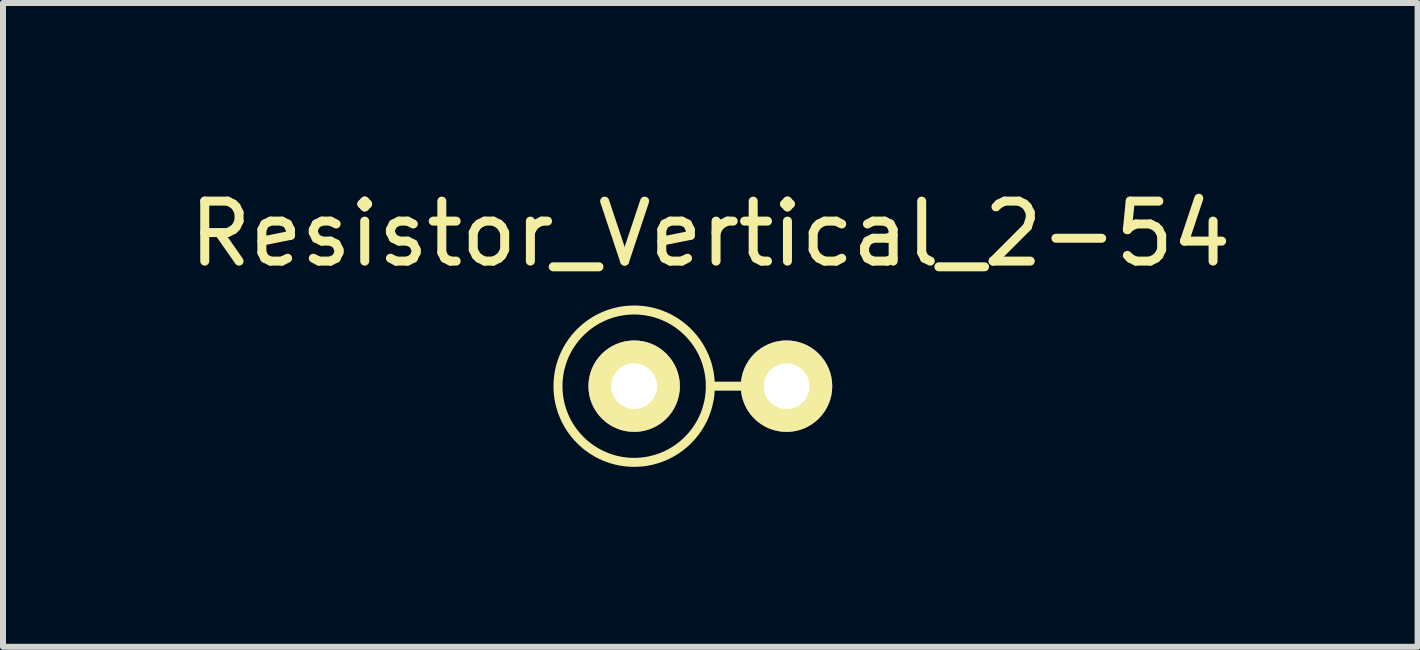
<source format=kicad_pcb>
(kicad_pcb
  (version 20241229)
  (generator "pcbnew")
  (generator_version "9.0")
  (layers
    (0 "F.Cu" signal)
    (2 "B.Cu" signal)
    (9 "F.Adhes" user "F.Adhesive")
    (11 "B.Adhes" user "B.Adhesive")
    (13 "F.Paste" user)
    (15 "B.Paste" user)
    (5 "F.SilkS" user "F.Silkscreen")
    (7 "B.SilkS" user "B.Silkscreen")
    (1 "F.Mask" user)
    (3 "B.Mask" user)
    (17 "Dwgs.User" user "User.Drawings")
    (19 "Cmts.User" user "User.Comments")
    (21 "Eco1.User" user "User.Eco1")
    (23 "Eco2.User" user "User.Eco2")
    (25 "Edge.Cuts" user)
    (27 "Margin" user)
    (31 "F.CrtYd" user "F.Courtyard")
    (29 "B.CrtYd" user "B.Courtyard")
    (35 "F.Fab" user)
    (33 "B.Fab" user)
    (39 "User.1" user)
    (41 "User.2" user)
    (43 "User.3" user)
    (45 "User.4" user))
  (footprint "Resistor_Vertical_2-54"
    (layer "F.Cu")
    (at 8.792 3.388)
    (property "Reference" "Resistor_Vertical_2-54" (at 0 -2.54 0) (layer "F.SilkS") (effects (font (size 1 1) (thickness 0.15))))
    (attr through_hole)
    (fp_line (start 0 0) (end 1.27 0) (stroke (width 0.15) (type solid)) (layer "F.SilkS"))
    (fp_circle (center -1.27 0) (end -1.27 -1.27) (stroke (width 0.15) (type solid)) (fill no) (layer "F.SilkS"))
    (pad "1" thru_hole circle (at -1.27 0) (size 1.524 1.524) (drill 0.762) (layers "*.Cu" "*.Mask" "F.SilkS"))
    (pad "2" thru_hole circle (at 1.27 0) (size 1.524 1.524) (drill 0.762) (layers "*.Cu" "*.Mask" "F.SilkS")))
  (gr_rect
    (start -3 -3)
    (end 20.583 7.733)
    (stroke (width 0.1) (type default))
    (fill no)
    (layer "Edge.Cuts")))
</source>
